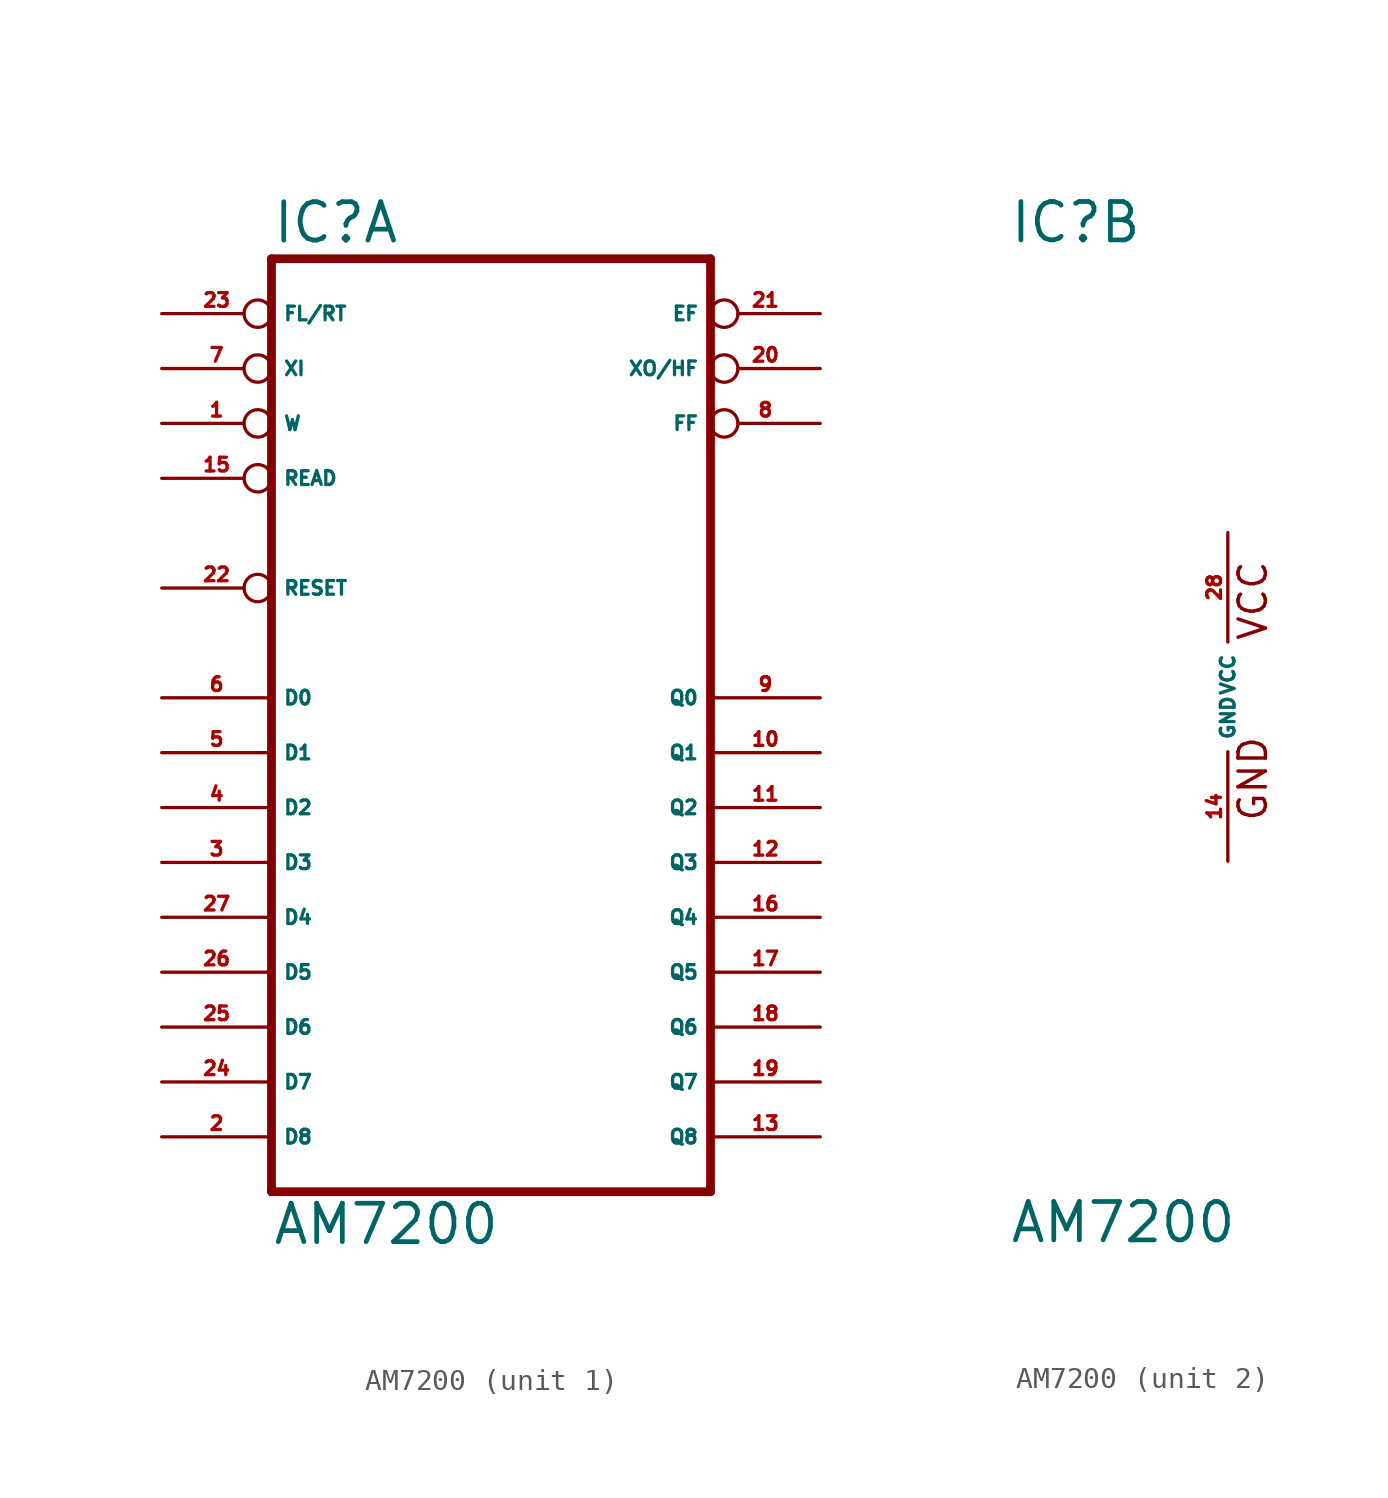
<source format=kicad_sym>
(kicad_symbol_lib
  (version 20220914)
  (generator Eagle2Kicad)
  (symbol "AM7200"
    (property "Reference" "IC"
      (at -10.16 20.955 0)
      (effects (font (size 1.778 1.778) (thickness 0.22)) (justify left bottom)))
    (property "Value" "AM7200"
      (at -10.16 -25.4 0)
      (effects (font (size 1.778 1.778) (thickness 0.22)) (justify left bottom)))
    (symbol "AM7200_1_0"
      (polyline (pts (xy -10.16 -22.86) (xy 10.16 -22.86)) (stroke (width 0.406) (type default)) (fill (type none)))
      (polyline (pts (xy 10.16 20.32) (xy 10.16 -22.86)) (stroke (width 0.406) (type default)) (fill (type none)))
      (polyline (pts (xy 10.16 20.32) (xy -10.16 20.32)) (stroke (width 0.406) (type default)) (fill (type none)))
      (polyline (pts (xy -10.16 -22.86) (xy -10.16 20.32)) (stroke (width 0.406) (type default)) (fill (type none)))
      (pin input inverted (at -15.24 17.78 0) (length 5.08) (name "FL/RT" (effects (font (size 0.635 0.635) (thickness 0.08)) (justify left bottom))) (number "23" (effects (font (size 0.635 0.635) (thickness 0.08)) (justify left bottom))))
      (pin input inverted (at -15.24 15.24 0) (length 5.08) (name "XI" (effects (font (size 0.635 0.635) (thickness 0.08)) (justify left bottom))) (number "7" (effects (font (size 0.635 0.635) (thickness 0.08)) (justify left bottom))))
      (pin input inverted (at -15.24 12.7 0) (length 5.08) (name "W" (effects (font (size 0.635 0.635) (thickness 0.08)) (justify left bottom))) (number "1" (effects (font (size 0.635 0.635) (thickness 0.08)) (justify left bottom))))
      (pin input inverted (at -15.24 10.16 0) (length 5.08) (name "READ" (effects (font (size 0.635 0.635) (thickness 0.08)) (justify left bottom))) (number "15" (effects (font (size 0.635 0.635) (thickness 0.08)) (justify left bottom))))
      (pin input inverted (at -15.24 5.08 0) (length 5.08) (name "RESET" (effects (font (size 0.635 0.635) (thickness 0.08)) (justify left bottom))) (number "22" (effects (font (size 0.635 0.635) (thickness 0.08)) (justify left bottom))))
      (pin input line (at -15.24 0 0) (length 5.08) (name "D0" (effects (font (size 0.635 0.635) (thickness 0.08)) (justify left bottom))) (number "6" (effects (font (size 0.635 0.635) (thickness 0.08)) (justify left bottom))))
      (pin input line (at -15.24 -2.54 0) (length 5.08) (name "D1" (effects (font (size 0.635 0.635) (thickness 0.08)) (justify left bottom))) (number "5" (effects (font (size 0.635 0.635) (thickness 0.08)) (justify left bottom))))
      (pin input line (at -15.24 -5.08 0) (length 5.08) (name "D2" (effects (font (size 0.635 0.635) (thickness 0.08)) (justify left bottom))) (number "4" (effects (font (size 0.635 0.635) (thickness 0.08)) (justify left bottom))))
      (pin input line (at -15.24 -7.62 0) (length 5.08) (name "D3" (effects (font (size 0.635 0.635) (thickness 0.08)) (justify left bottom))) (number "3" (effects (font (size 0.635 0.635) (thickness 0.08)) (justify left bottom))))
      (pin input line (at -15.24 -10.16 0) (length 5.08) (name "D4" (effects (font (size 0.635 0.635) (thickness 0.08)) (justify left bottom))) (number "27" (effects (font (size 0.635 0.635) (thickness 0.08)) (justify left bottom))))
      (pin input line (at -15.24 -12.7 0) (length 5.08) (name "D5" (effects (font (size 0.635 0.635) (thickness 0.08)) (justify left bottom))) (number "26" (effects (font (size 0.635 0.635) (thickness 0.08)) (justify left bottom))))
      (pin input line (at -15.24 -15.24 0) (length 5.08) (name "D6" (effects (font (size 0.635 0.635) (thickness 0.08)) (justify left bottom))) (number "25" (effects (font (size 0.635 0.635) (thickness 0.08)) (justify left bottom))))
      (pin input line (at -15.24 -17.78 0) (length 5.08) (name "D7" (effects (font (size 0.635 0.635) (thickness 0.08)) (justify left bottom))) (number "24" (effects (font (size 0.635 0.635) (thickness 0.08)) (justify left bottom))))
      (pin input line (at -15.24 -20.32 0) (length 5.08) (name "D8" (effects (font (size 0.635 0.635) (thickness 0.08)) (justify left bottom))) (number "2" (effects (font (size 0.635 0.635) (thickness 0.08)) (justify left bottom))))
      (pin output line (at 15.24 0 180) (length 5.08) (name "Q0" (effects (font (size 0.635 0.635) (thickness 0.08)) (justify left bottom))) (number "9" (effects (font (size 0.635 0.635) (thickness 0.08)) (justify left bottom))))
      (pin output line (at 15.24 -2.54 180) (length 5.08) (name "Q1" (effects (font (size 0.635 0.635) (thickness 0.08)) (justify left bottom))) (number "10" (effects (font (size 0.635 0.635) (thickness 0.08)) (justify left bottom))))
      (pin output line (at 15.24 -5.08 180) (length 5.08) (name "Q2" (effects (font (size 0.635 0.635) (thickness 0.08)) (justify left bottom))) (number "11" (effects (font (size 0.635 0.635) (thickness 0.08)) (justify left bottom))))
      (pin output line (at 15.24 -7.62 180) (length 5.08) (name "Q3" (effects (font (size 0.635 0.635) (thickness 0.08)) (justify left bottom))) (number "12" (effects (font (size 0.635 0.635) (thickness 0.08)) (justify left bottom))))
      (pin output line (at 15.24 -10.16 180) (length 5.08) (name "Q4" (effects (font (size 0.635 0.635) (thickness 0.08)) (justify left bottom))) (number "16" (effects (font (size 0.635 0.635) (thickness 0.08)) (justify left bottom))))
      (pin output line (at 15.24 -12.7 180) (length 5.08) (name "Q5" (effects (font (size 0.635 0.635) (thickness 0.08)) (justify left bottom))) (number "17" (effects (font (size 0.635 0.635) (thickness 0.08)) (justify left bottom))))
      (pin output line (at 15.24 -15.24 180) (length 5.08) (name "Q6" (effects (font (size 0.635 0.635) (thickness 0.08)) (justify left bottom))) (number "18" (effects (font (size 0.635 0.635) (thickness 0.08)) (justify left bottom))))
      (pin output line (at 15.24 -17.78 180) (length 5.08) (name "Q7" (effects (font (size 0.635 0.635) (thickness 0.08)) (justify left bottom))) (number "19" (effects (font (size 0.635 0.635) (thickness 0.08)) (justify left bottom))))
      (pin output line (at 15.24 -20.32 180) (length 5.08) (name "Q8" (effects (font (size 0.635 0.635) (thickness 0.08)) (justify left bottom))) (number "13" (effects (font (size 0.635 0.635) (thickness 0.08)) (justify left bottom))))
      (pin output inverted (at 15.24 17.78 180) (length 5.08) (name "EF" (effects (font (size 0.635 0.635) (thickness 0.08)) (justify left bottom))) (number "21" (effects (font (size 0.635 0.635) (thickness 0.08)) (justify left bottom))))
      (pin output inverted (at 15.24 15.24 180) (length 5.08) (name "XO/HF" (effects (font (size 0.635 0.635) (thickness 0.08)) (justify left bottom))) (number "20" (effects (font (size 0.635 0.635) (thickness 0.08)) (justify left bottom))))
      (pin output inverted (at 15.24 12.7 180) (length 5.08) (name "FF" (effects (font (size 0.635 0.635) (thickness 0.08)) (justify left bottom))) (number "8" (effects (font (size 0.635 0.635) (thickness 0.08)) (justify left bottom)))))
    (symbol "AM7200_2_0"
      (text "GND" (at 1.905 -5.842 900) (effects (font (size 1.27 1.27) (thickness 0.16)) (justify left bottom)))
      (text "VCC" (at 1.905 2.54 900) (effects (font (size 1.27 1.27) (thickness 0.16)) (justify left bottom)))
      (pin unspecified line (at 0 -7.62 90) (length 5.08) (name "GND" (effects (font (size 0.635 0.635) (thickness 0.08)) (justify left bottom))) (number "14" (effects (font (size 0.635 0.635) (thickness 0.08)) (justify left bottom))))
      (pin unspecified line (at 0 7.62 270) (length 5.08) (name "VCC" (effects (font (size 0.635 0.635) (thickness 0.08)) (justify left bottom))) (number "28" (effects (font (size 0.635 0.635) (thickness 0.08)) (justify left bottom)))))))
</source>
